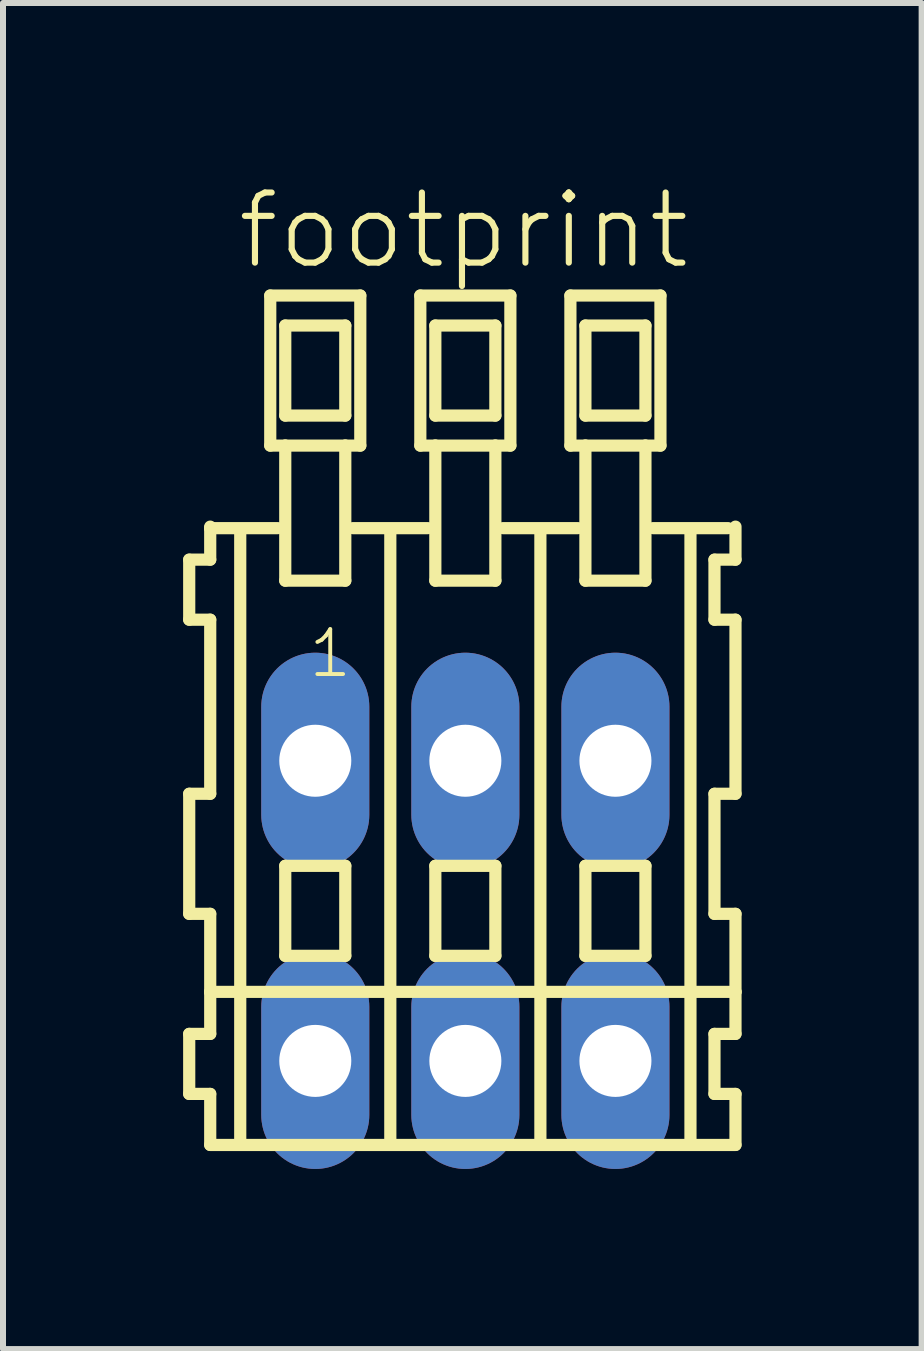
<source format=kicad_pcb>
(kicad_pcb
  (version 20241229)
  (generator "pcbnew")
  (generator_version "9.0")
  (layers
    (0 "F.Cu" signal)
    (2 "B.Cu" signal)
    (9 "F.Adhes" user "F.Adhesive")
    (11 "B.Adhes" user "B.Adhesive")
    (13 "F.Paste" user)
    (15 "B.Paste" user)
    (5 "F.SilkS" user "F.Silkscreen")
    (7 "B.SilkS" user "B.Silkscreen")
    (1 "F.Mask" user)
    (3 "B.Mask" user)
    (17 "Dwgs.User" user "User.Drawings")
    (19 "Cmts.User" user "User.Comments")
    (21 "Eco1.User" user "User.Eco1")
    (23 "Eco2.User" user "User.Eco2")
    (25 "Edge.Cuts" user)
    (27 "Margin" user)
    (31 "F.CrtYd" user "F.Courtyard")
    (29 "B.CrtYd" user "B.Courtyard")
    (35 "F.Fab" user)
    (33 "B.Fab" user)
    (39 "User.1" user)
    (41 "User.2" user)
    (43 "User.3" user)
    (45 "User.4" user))
  (footprint "footprint"
    (layer "F.Cu")
    (at 4.702 12.123)
    (property "Reference" "footprint" (at -3.85 -10.65 0) (layer "F.SilkS") (effects (font (size 1.168 1.168) (thickness 0.102)) (justify left bottom)))
    (fp_line (start -4.6 -5.85) (end -4.6 -4.85) (stroke (width 0.203) (type solid)) (layer "F.SilkS"))
    (fp_line (start -4.6 -4.85) (end -4.25 -4.85) (stroke (width 0.203) (type solid)) (layer "F.SilkS"))
    (fp_line (start -4.6 -1.95) (end -4.6 0.05) (stroke (width 0.203) (type solid)) (layer "F.SilkS"))
    (fp_line (start -4.6 0.05) (end -4.25 0.05) (stroke (width 0.203) (type solid)) (layer "F.SilkS"))
    (fp_line (start -4.6 2.05) (end -4.6 3.05) (stroke (width 0.203) (type solid)) (layer "F.SilkS"))
    (fp_line (start -4.6 3.05) (end -4.25 3.05) (stroke (width 0.203) (type solid)) (layer "F.SilkS"))
    (fp_line (start -4.25 -6.4) (end -4.25 -6.375) (stroke (width 0.203) (type solid)) (layer "F.SilkS"))
    (fp_line (start -4.25 -6.375) (end -4.25 -5.85) (stroke (width 0.203) (type solid)) (layer "F.SilkS"))
    (fp_line (start -4.25 -6.375) (end -3.125 -6.375) (stroke (width 0.203) (type solid)) (layer "F.SilkS"))
    (fp_line (start -4.25 -5.85) (end -4.6 -5.85) (stroke (width 0.203) (type solid)) (layer "F.SilkS"))
    (fp_line (start -4.25 -4.85) (end -4.25 -1.95) (stroke (width 0.203) (type solid)) (layer "F.SilkS"))
    (fp_line (start -4.25 -1.95) (end -4.6 -1.95) (stroke (width 0.203) (type solid)) (layer "F.SilkS"))
    (fp_line (start -4.25 0.05) (end -4.25 1.35) (stroke (width 0.203) (type solid)) (layer "F.SilkS"))
    (fp_line (start -4.25 1.35) (end -4.25 2.05) (stroke (width 0.203) (type solid)) (layer "F.SilkS"))
    (fp_line (start -4.25 1.35) (end 4.5 1.35) (stroke (width 0.203) (type solid)) (layer "F.SilkS"))
    (fp_line (start -4.25 2.05) (end -4.6 2.05) (stroke (width 0.203) (type solid)) (layer "F.SilkS"))
    (fp_line (start -4.25 3.05) (end -4.25 3.9) (stroke (width 0.203) (type solid)) (layer "F.SilkS"))
    (fp_line (start -4.25 3.9) (end 4.5 3.9) (stroke (width 0.203) (type solid)) (layer "F.SilkS"))
    (fp_line (start -3.75 -6.35) (end -3.75 3.8) (stroke (width 0.203) (type solid)) (layer "F.SilkS"))
    (fp_line (start -3.25 -10.25) (end -3.25 -7.75) (stroke (width 0.203) (type solid)) (layer "F.SilkS"))
    (fp_line (start -3.25 -7.75) (end -3 -7.75) (stroke (width 0.203) (type solid)) (layer "F.SilkS"))
    (fp_line (start -3 -9.75) (end -3 -8.25) (stroke (width 0.203) (type solid)) (layer "F.SilkS"))
    (fp_line (start -3 -8.25) (end -2 -8.25) (stroke (width 0.203) (type solid)) (layer "F.SilkS"))
    (fp_line (start -3 -7.75) (end -3 -5.5) (stroke (width 0.203) (type solid)) (layer "F.SilkS"))
    (fp_line (start -3 -7.75) (end -2 -7.75) (stroke (width 0.203) (type solid)) (layer "F.SilkS"))
    (fp_line (start -3 -5.5) (end -2 -5.5) (stroke (width 0.203) (type solid)) (layer "F.SilkS"))
    (fp_line (start -3 -0.75) (end -3 0.75) (stroke (width 0.203) (type solid)) (layer "F.SilkS"))
    (fp_line (start -3 0.75) (end -2 0.75) (stroke (width 0.203) (type solid)) (layer "F.SilkS"))
    (fp_line (start -2 -9.75) (end -3 -9.75) (stroke (width 0.203) (type solid)) (layer "F.SilkS"))
    (fp_line (start -2 -8.25) (end -2 -9.75) (stroke (width 0.203) (type solid)) (layer "F.SilkS"))
    (fp_line (start -2 -7.75) (end -1.75 -7.75) (stroke (width 0.203) (type solid)) (layer "F.SilkS"))
    (fp_line (start -2 -5.5) (end -2 -7.75) (stroke (width 0.203) (type solid)) (layer "F.SilkS"))
    (fp_line (start -2 -0.75) (end -3 -0.75) (stroke (width 0.203) (type solid)) (layer "F.SilkS"))
    (fp_line (start -2 0.75) (end -2 -0.75) (stroke (width 0.203) (type solid)) (layer "F.SilkS"))
    (fp_line (start -1.875 -6.375) (end -0.625 -6.375) (stroke (width 0.203) (type solid)) (layer "F.SilkS"))
    (fp_line (start -1.75 -10.25) (end -3.25 -10.25) (stroke (width 0.203) (type solid)) (layer "F.SilkS"))
    (fp_line (start -1.75 -7.75) (end -1.75 -10.25) (stroke (width 0.203) (type solid)) (layer "F.SilkS"))
    (fp_line (start -1.25 -6.35) (end -1.25 3.8) (stroke (width 0.203) (type solid)) (layer "F.SilkS"))
    (fp_line (start -0.75 -10.25) (end -0.75 -7.75) (stroke (width 0.203) (type solid)) (layer "F.SilkS"))
    (fp_line (start -0.75 -7.75) (end -0.5 -7.75) (stroke (width 0.203) (type solid)) (layer "F.SilkS"))
    (fp_line (start -0.5 -9.75) (end -0.5 -8.25) (stroke (width 0.203) (type solid)) (layer "F.SilkS"))
    (fp_line (start -0.5 -8.25) (end 0.5 -8.25) (stroke (width 0.203) (type solid)) (layer "F.SilkS"))
    (fp_line (start -0.5 -7.75) (end -0.5 -5.5) (stroke (width 0.203) (type solid)) (layer "F.SilkS"))
    (fp_line (start -0.5 -7.75) (end 0.5 -7.75) (stroke (width 0.203) (type solid)) (layer "F.SilkS"))
    (fp_line (start -0.5 -5.5) (end 0.5 -5.5) (stroke (width 0.203) (type solid)) (layer "F.SilkS"))
    (fp_line (start -0.5 -0.75) (end -0.5 0.75) (stroke (width 0.203) (type solid)) (layer "F.SilkS"))
    (fp_line (start -0.5 0.75) (end 0.5 0.75) (stroke (width 0.203) (type solid)) (layer "F.SilkS"))
    (fp_line (start 0.5 -9.75) (end -0.5 -9.75) (stroke (width 0.203) (type solid)) (layer "F.SilkS"))
    (fp_line (start 0.5 -8.25) (end 0.5 -9.75) (stroke (width 0.203) (type solid)) (layer "F.SilkS"))
    (fp_line (start 0.5 -7.75) (end 0.75 -7.75) (stroke (width 0.203) (type solid)) (layer "F.SilkS"))
    (fp_line (start 0.5 -5.5) (end 0.5 -7.75) (stroke (width 0.203) (type solid)) (layer "F.SilkS"))
    (fp_line (start 0.5 -0.75) (end -0.5 -0.75) (stroke (width 0.203) (type solid)) (layer "F.SilkS"))
    (fp_line (start 0.5 0.75) (end 0.5 -0.75) (stroke (width 0.203) (type solid)) (layer "F.SilkS"))
    (fp_line (start 0.625 -6.375) (end 1.875 -6.375) (stroke (width 0.203) (type solid)) (layer "F.SilkS"))
    (fp_line (start 0.75 -10.25) (end -0.75 -10.25) (stroke (width 0.203) (type solid)) (layer "F.SilkS"))
    (fp_line (start 0.75 -7.75) (end 0.75 -10.25) (stroke (width 0.203) (type solid)) (layer "F.SilkS"))
    (fp_line (start 1.25 -6.35) (end 1.25 3.8) (stroke (width 0.203) (type solid)) (layer "F.SilkS"))
    (fp_line (start 1.75 -10.25) (end 1.75 -7.75) (stroke (width 0.203) (type solid)) (layer "F.SilkS"))
    (fp_line (start 1.75 -7.75) (end 2 -7.75) (stroke (width 0.203) (type solid)) (layer "F.SilkS"))
    (fp_line (start 2 -9.75) (end 2 -8.25) (stroke (width 0.203) (type solid)) (layer "F.SilkS"))
    (fp_line (start 2 -8.25) (end 3 -8.25) (stroke (width 0.203) (type solid)) (layer "F.SilkS"))
    (fp_line (start 2 -7.75) (end 2 -5.5) (stroke (width 0.203) (type solid)) (layer "F.SilkS"))
    (fp_line (start 2 -7.75) (end 3 -7.75) (stroke (width 0.203) (type solid)) (layer "F.SilkS"))
    (fp_line (start 2 -5.5) (end 3 -5.5) (stroke (width 0.203) (type solid)) (layer "F.SilkS"))
    (fp_line (start 2 -0.75) (end 2 0.75) (stroke (width 0.203) (type solid)) (layer "F.SilkS"))
    (fp_line (start 2 0.75) (end 3 0.75) (stroke (width 0.203) (type solid)) (layer "F.SilkS"))
    (fp_line (start 3 -9.75) (end 2 -9.75) (stroke (width 0.203) (type solid)) (layer "F.SilkS"))
    (fp_line (start 3 -8.25) (end 3 -9.75) (stroke (width 0.203) (type solid)) (layer "F.SilkS"))
    (fp_line (start 3 -7.75) (end 3.25 -7.75) (stroke (width 0.203) (type solid)) (layer "F.SilkS"))
    (fp_line (start 3 -5.5) (end 3 -7.75) (stroke (width 0.203) (type solid)) (layer "F.SilkS"))
    (fp_line (start 3 -0.75) (end 2 -0.75) (stroke (width 0.203) (type solid)) (layer "F.SilkS"))
    (fp_line (start 3 0.75) (end 3 -0.75) (stroke (width 0.203) (type solid)) (layer "F.SilkS"))
    (fp_line (start 3.125 -6.375) (end 4.375 -6.375) (stroke (width 0.203) (type solid)) (layer "F.SilkS"))
    (fp_line (start 3.25 -10.25) (end 1.75 -10.25) (stroke (width 0.203) (type solid)) (layer "F.SilkS"))
    (fp_line (start 3.25 -7.75) (end 3.25 -10.25) (stroke (width 0.203) (type solid)) (layer "F.SilkS"))
    (fp_line (start 3.75 -6.35) (end 3.75 3.8) (stroke (width 0.203) (type solid)) (layer "F.SilkS"))
    (fp_line (start 4.15 -5.85) (end 4.15 -4.85) (stroke (width 0.203) (type solid)) (layer "F.SilkS"))
    (fp_line (start 4.15 -4.85) (end 4.5 -4.85) (stroke (width 0.203) (type solid)) (layer "F.SilkS"))
    (fp_line (start 4.15 -1.95) (end 4.15 0.05) (stroke (width 0.203) (type solid)) (layer "F.SilkS"))
    (fp_line (start 4.15 0.05) (end 4.5 0.05) (stroke (width 0.203) (type solid)) (layer "F.SilkS"))
    (fp_line (start 4.15 2.05) (end 4.15 3.05) (stroke (width 0.203) (type solid)) (layer "F.SilkS"))
    (fp_line (start 4.15 3.05) (end 4.5 3.05) (stroke (width 0.203) (type solid)) (layer "F.SilkS"))
    (fp_line (start 4.5 -5.85) (end 4.15 -5.85) (stroke (width 0.203) (type solid)) (layer "F.SilkS"))
    (fp_line (start 4.5 -5.85) (end 4.5 -6.4) (stroke (width 0.203) (type solid)) (layer "F.SilkS"))
    (fp_line (start 4.5 -1.95) (end 4.15 -1.95) (stroke (width 0.203) (type solid)) (layer "F.SilkS"))
    (fp_line (start 4.5 -1.95) (end 4.5 -4.85) (stroke (width 0.203) (type solid)) (layer "F.SilkS"))
    (fp_line (start 4.5 1.35) (end 4.5 0.05) (stroke (width 0.203) (type solid)) (layer "F.SilkS"))
    (fp_line (start 4.5 2.05) (end 4.15 2.05) (stroke (width 0.203) (type solid)) (layer "F.SilkS"))
    (fp_line (start 4.5 2.05) (end 4.5 1.35) (stroke (width 0.203) (type solid)) (layer "F.SilkS"))
    (fp_line (start 4.5 3.9) (end 4.5 3.05) (stroke (width 0.203) (type solid)) (layer "F.SilkS"))
    (fp_text user "1" (at -2.65 -3.85 0) (layer "F.SilkS") (effects (font (size 0.748 0.748) (thickness 0.065)) (justify left bottom)))
    (pad "A1" thru_hole oval (at -2.5 -2.5 90) (size 3.6 1.8) (drill 1.2) (layers "*.Cu" "*.Mask"))
    (pad "A2" thru_hole oval (at 0 -2.5 90) (size 3.6 1.8) (drill 1.2) (layers "*.Cu" "*.Mask"))
    (pad "A3" thru_hole oval (at 2.5 -2.5 90) (size 3.6 1.8) (drill 1.2) (layers "*.Cu" "*.Mask"))
    (pad "B1" thru_hole oval (at -2.5 2.5 90) (size 3.6 1.8) (drill 1.2) (layers "*.Cu" "*.Mask"))
    (pad "B2" thru_hole oval (at 0 2.5 90) (size 3.6 1.8) (drill 1.2) (layers "*.Cu" "*.Mask"))
    (pad "B3" thru_hole oval (at 2.5 2.5 90) (size 3.6 1.8) (drill 1.2) (layers "*.Cu" "*.Mask")))
  (gr_rect
    (start -3 -3)
    (end 12.303 19.423)
    (stroke (width 0.1) (type default))
    (fill no)
    (layer "Edge.Cuts")))
</source>
